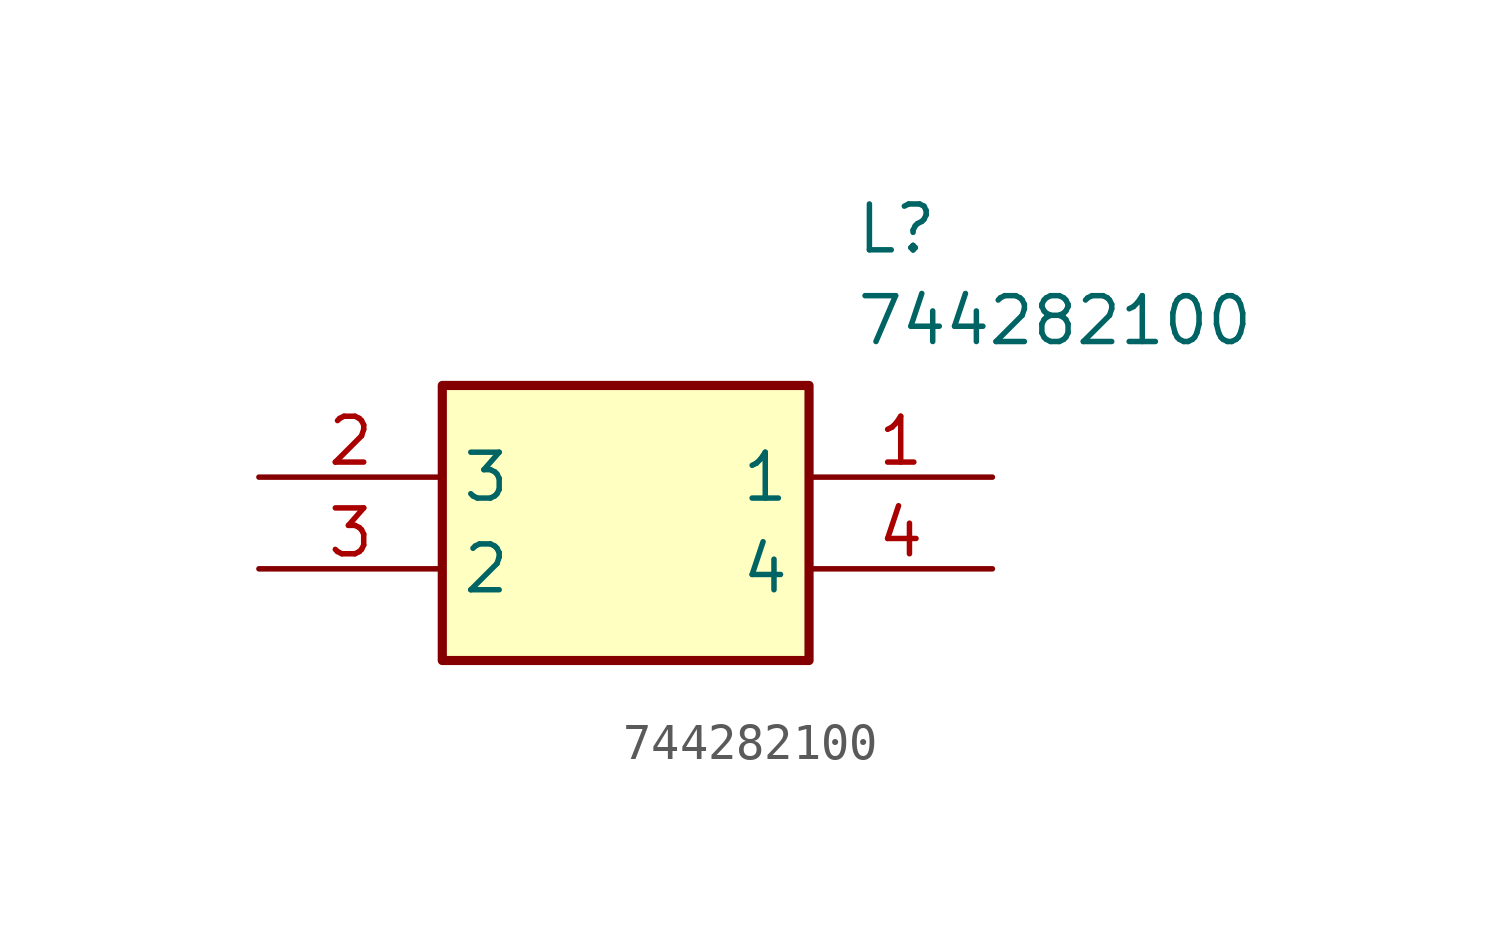
<source format=kicad_sym>
(kicad_symbol_lib
  (version 20211014)
  (generator SamacSys_ECAD_Model)
  (symbol "744282100"
    (property "Reference" "L"
      (at 16.51 7.62 0)
      (effects (font (size 1.27 1.27)) (justify left top)))
    (property "Value" "744282100"
      (at 16.51 5.08 0)
      (effects (font (size 1.27 1.27)) (justify left top)))
    (rectangle
      (start 5.08 2.54)
      (end 15.24 -5.08)
      (stroke (width 0.254) (type default))
      (fill (type background)))
    (pin passive line
      (at 20.32 0 180)
      (length 5.08)
      (name "1" (effects (font (size 1.27 1.27))))
      (number "1" (effects (font (size 1.27 1.27)))))
    (pin passive line
      (at 0 0 0)
      (length 5.08)
      (name "3" (effects (font (size 1.27 1.27))))
      (number "2" (effects (font (size 1.27 1.27)))))
    (pin passive line
      (at 0 -2.54 0)
      (length 5.08)
      (name "2" (effects (font (size 1.27 1.27))))
      (number "3" (effects (font (size 1.27 1.27)))))
    (pin passive line
      (at 20.32 -2.54 180)
      (length 5.08)
      (name "4" (effects (font (size 1.27 1.27))))
      (number "4" (effects (font (size 1.27 1.27)))))))
</source>
